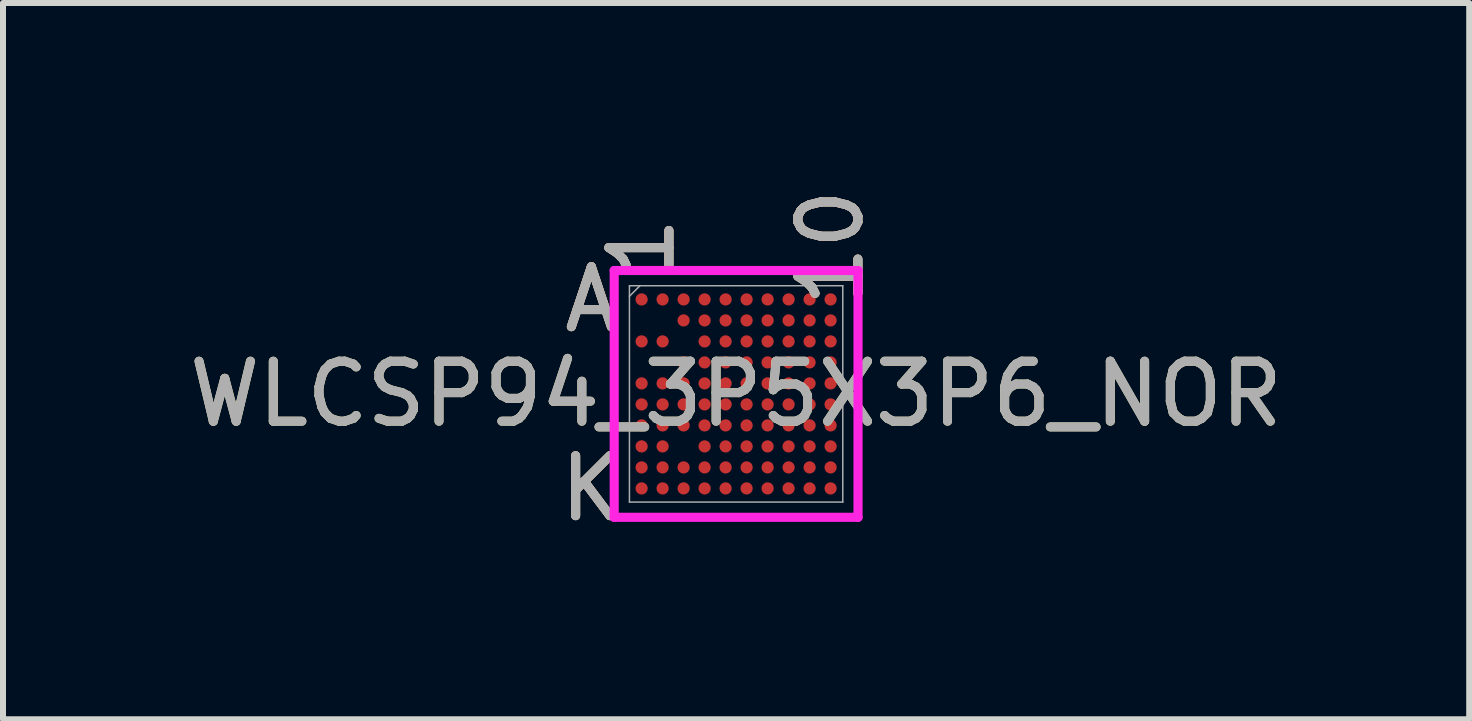
<source format=kicad_pcb>
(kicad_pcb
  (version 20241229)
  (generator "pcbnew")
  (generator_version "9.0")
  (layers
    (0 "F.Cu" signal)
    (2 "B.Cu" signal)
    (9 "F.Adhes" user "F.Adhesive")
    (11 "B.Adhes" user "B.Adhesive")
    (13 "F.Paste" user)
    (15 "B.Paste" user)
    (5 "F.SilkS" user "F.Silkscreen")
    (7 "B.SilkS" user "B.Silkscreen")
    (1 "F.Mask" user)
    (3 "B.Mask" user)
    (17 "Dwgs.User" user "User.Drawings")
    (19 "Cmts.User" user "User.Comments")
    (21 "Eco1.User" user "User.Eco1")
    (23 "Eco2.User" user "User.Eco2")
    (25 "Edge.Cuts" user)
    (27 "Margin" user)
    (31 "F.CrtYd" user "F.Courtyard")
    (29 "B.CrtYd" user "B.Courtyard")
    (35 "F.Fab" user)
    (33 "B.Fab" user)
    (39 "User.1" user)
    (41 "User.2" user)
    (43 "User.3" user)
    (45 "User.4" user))
  (footprint "WLCSP94_3P5X3P6_NOR"
    (layer "F.Cu")
    (at 9.22 3.516)
    (property "Reference" "WLCSP94_3P5X3P6_NOR" (at 0 0 0) (unlocked yes) (layer "F.SilkS") (effects (font (size 1 1) (thickness 0.15))))
    (attr smd)
    (fp_poly (pts (xy -2.195 -2.195) (xy 2.195 -2.195) (xy 2.195 2.195) (xy -2.195 2.195)) (stroke (width 0.1) (type solid)) (fill no) (layer "Eco2.User"))
    (fp_line (start -2.032 -2.057) (end 2.032 -2.057) (stroke (width 0.152) (type solid)) (layer "F.CrtYd"))
    (fp_line (start -2.032 2.057) (end -2.032 -2.057) (stroke (width 0.152) (type solid)) (layer "F.CrtYd"))
    (fp_line (start 2.032 -2.057) (end 2.032 2.057) (stroke (width 0.152) (type solid)) (layer "F.CrtYd"))
    (fp_line (start 2.032 2.057) (end -2.032 2.057) (stroke (width 0.152) (type solid)) (layer "F.CrtYd"))
    (fp_line (start -1.778 -1.803) (end -1.778 1.803) (stroke (width 0.025) (type solid)) (layer "F.Fab"))
    (fp_line (start -1.778 1.803) (end 1.778 1.803) (stroke (width 0.025) (type solid)) (layer "F.Fab"))
    (fp_line (start -1.603 -1.803) (end -1.778 -1.628) (stroke (width 0.025) (type solid)) (layer "F.Fab"))
    (fp_line (start 1.778 -1.803) (end -1.778 -1.803) (stroke (width 0.025) (type solid)) (layer "F.Fab"))
    (fp_line (start 1.778 1.803) (end 1.778 -1.803) (stroke (width 0.025) (type solid)) (layer "F.Fab"))
    (fp_text user "1" (at -1.575 -2.438 90) (unlocked yes) (layer "F.SilkS") (effects (font (size 1 1) (thickness 0.15))))
    (fp_text user "K" (at -2.413 1.575 0) (unlocked yes) (layer "F.SilkS") (effects (font (size 1 1) (thickness 0.15))))
    (fp_text user "A" (at -2.413 -1.575 0) (unlocked yes) (layer "F.SilkS") (effects (font (size 1 1) (thickness 0.15))))
    (fp_text user "10" (at 1.575 -2.438 90) (unlocked yes) (layer "F.SilkS") (effects (font (size 1 1) (thickness 0.15))))
    (fp_text user "K" (at -2.413 1.575 0) (unlocked yes) (layer "B.SilkS") (effects (font (size 1 1) (thickness 0.15))))
    (fp_text user "1" (at -1.575 -2.438 90) (unlocked yes) (layer "B.SilkS") (effects (font (size 1 1) (thickness 0.15))))
    (fp_text user "10" (at 1.575 -2.438 90) (unlocked yes) (layer "B.SilkS") (effects (font (size 1 1) (thickness 0.15))))
    (fp_text user "A" (at -2.413 -1.575 0) (unlocked yes) (layer "B.SilkS") (effects (font (size 1 1) (thickness 0.15))))
    (fp_text user "A" (at -2.413 -1.575 0) (unlocked yes) (layer "F.Fab") (effects (font (size 1 1) (thickness 0.15))))
    (fp_text user "1" (at -1.575 -2.438 90) (unlocked yes) (layer "F.Fab") (effects (font (size 1 1) (thickness 0.15))))
    (fp_text user "K" (at -2.413 1.575 0) (unlocked yes) (layer "F.Fab") (effects (font (size 1 1) (thickness 0.15))))
    (fp_text user "${REFERENCE}" (at 0 0 0) (unlocked yes) (layer "F.Fab") (effects (font (size 1 1) (thickness 0.15))))
    (fp_text user "10" (at 1.575 -2.438 90) (unlocked yes) (layer "F.Fab") (effects (font (size 1 1) (thickness 0.15))))
    (pad "A1" smd circle (at -1.575 -1.575) (size 0.203 0.203) (layers "F.Cu" "F.Mask" "F.Paste"))
    (pad "A2" smd circle (at -1.225 -1.575) (size 0.203 0.203) (layers "F.Cu" "F.Mask" "F.Paste"))
    (pad "A3" smd circle (at -0.875 -1.575) (size 0.203 0.203) (layers "F.Cu" "F.Mask" "F.Paste"))
    (pad "A4" smd circle (at -0.525 -1.575) (size 0.203 0.203) (layers "F.Cu" "F.Mask" "F.Paste"))
    (pad "A5" smd circle (at -0.175 -1.575) (size 0.203 0.203) (layers "F.Cu" "F.Mask" "F.Paste"))
    (pad "A6" smd circle (at 0.175 -1.575) (size 0.203 0.203) (layers "F.Cu" "F.Mask" "F.Paste"))
    (pad "A7" smd circle (at 0.525 -1.575) (size 0.203 0.203) (layers "F.Cu" "F.Mask" "F.Paste"))
    (pad "A8" smd circle (at 0.875 -1.575) (size 0.203 0.203) (layers "F.Cu" "F.Mask" "F.Paste"))
    (pad "A9" smd circle (at 1.225 -1.575) (size 0.203 0.203) (layers "F.Cu" "F.Mask" "F.Paste"))
    (pad "A10" smd circle (at 1.575 -1.575) (size 0.203 0.203) (layers "F.Cu" "F.Mask" "F.Paste"))
    (pad "B3" smd circle (at -0.875 -1.225) (size 0.203 0.203) (layers "F.Cu" "F.Mask" "F.Paste"))
    (pad "B4" smd circle (at -0.525 -1.225) (size 0.203 0.203) (layers "F.Cu" "F.Mask" "F.Paste"))
    (pad "B5" smd circle (at -0.175 -1.225) (size 0.203 0.203) (layers "F.Cu" "F.Mask" "F.Paste"))
    (pad "B6" smd circle (at 0.175 -1.225) (size 0.203 0.203) (layers "F.Cu" "F.Mask" "F.Paste"))
    (pad "B7" smd circle (at 0.525 -1.225) (size 0.203 0.203) (layers "F.Cu" "F.Mask" "F.Paste"))
    (pad "B8" smd circle (at 0.875 -1.225) (size 0.203 0.203) (layers "F.Cu" "F.Mask" "F.Paste"))
    (pad "B9" smd circle (at 1.225 -1.225) (size 0.203 0.203) (layers "F.Cu" "F.Mask" "F.Paste"))
    (pad "B10" smd circle (at 1.575 -1.225) (size 0.203 0.203) (layers "F.Cu" "F.Mask" "F.Paste"))
    (pad "C1" smd circle (at -1.575 -0.875) (size 0.203 0.203) (layers "F.Cu" "F.Mask" "F.Paste"))
    (pad "C2" smd circle (at -1.225 -0.875) (size 0.203 0.203) (layers "F.Cu" "F.Mask" "F.Paste"))
    (pad "C4" smd circle (at -0.525 -0.875) (size 0.203 0.203) (layers "F.Cu" "F.Mask" "F.Paste"))
    (pad "C5" smd circle (at -0.175 -0.875) (size 0.203 0.203) (layers "F.Cu" "F.Mask" "F.Paste"))
    (pad "C6" smd circle (at 0.175 -0.875) (size 0.203 0.203) (layers "F.Cu" "F.Mask" "F.Paste"))
    (pad "C7" smd circle (at 0.525 -0.875) (size 0.203 0.203) (layers "F.Cu" "F.Mask" "F.Paste"))
    (pad "C8" smd circle (at 0.875 -0.875) (size 0.203 0.203) (layers "F.Cu" "F.Mask" "F.Paste"))
    (pad "C9" smd circle (at 1.225 -0.875) (size 0.203 0.203) (layers "F.Cu" "F.Mask" "F.Paste"))
    (pad "C10" smd circle (at 1.575 -0.875) (size 0.203 0.203) (layers "F.Cu" "F.Mask" "F.Paste"))
    (pad "D3" smd circle (at -0.875 -0.525) (size 0.203 0.203) (layers "F.Cu" "F.Mask" "F.Paste"))
    (pad "D4" smd circle (at -0.525 -0.525) (size 0.203 0.203) (layers "F.Cu" "F.Mask" "F.Paste"))
    (pad "D5" smd circle (at -0.175 -0.525) (size 0.203 0.203) (layers "F.Cu" "F.Mask" "F.Paste"))
    (pad "D6" smd circle (at 0.175 -0.525) (size 0.203 0.203) (layers "F.Cu" "F.Mask" "F.Paste"))
    (pad "D7" smd circle (at 0.525 -0.525) (size 0.203 0.203) (layers "F.Cu" "F.Mask" "F.Paste"))
    (pad "D8" smd circle (at 0.875 -0.525) (size 0.203 0.203) (layers "F.Cu" "F.Mask" "F.Paste"))
    (pad "D9" smd circle (at 1.225 -0.525) (size 0.203 0.203) (layers "F.Cu" "F.Mask" "F.Paste"))
    (pad "D10" smd circle (at 1.575 -0.525) (size 0.203 0.203) (layers "F.Cu" "F.Mask" "F.Paste"))
    (pad "E1" smd circle (at -1.575 -0.175) (size 0.203 0.203) (layers "F.Cu" "F.Mask" "F.Paste"))
    (pad "E2" smd circle (at -1.225 -0.175) (size 0.203 0.203) (layers "F.Cu" "F.Mask" "F.Paste"))
    (pad "E3" smd circle (at -0.875 -0.175) (size 0.203 0.203) (layers "F.Cu" "F.Mask" "F.Paste"))
    (pad "E4" smd circle (at -0.525 -0.175) (size 0.203 0.203) (layers "F.Cu" "F.Mask" "F.Paste"))
    (pad "E5" smd circle (at -0.175 -0.175) (size 0.203 0.203) (layers "F.Cu" "F.Mask" "F.Paste"))
    (pad "E6" smd circle (at 0.175 -0.175) (size 0.203 0.203) (layers "F.Cu" "F.Mask" "F.Paste"))
    (pad "E7" smd circle (at 0.525 -0.175) (size 0.203 0.203) (layers "F.Cu" "F.Mask" "F.Paste"))
    (pad "E8" smd circle (at 0.875 -0.175) (size 0.203 0.203) (layers "F.Cu" "F.Mask" "F.Paste"))
    (pad "E9" smd circle (at 1.225 -0.175) (size 0.203 0.203) (layers "F.Cu" "F.Mask" "F.Paste"))
    (pad "E10" smd circle (at 1.575 -0.175) (size 0.203 0.203) (layers "F.Cu" "F.Mask" "F.Paste"))
    (pad "F1" smd circle (at -1.575 0.175) (size 0.203 0.203) (layers "F.Cu" "F.Mask" "F.Paste"))
    (pad "F2" smd circle (at -1.225 0.175) (size 0.203 0.203) (layers "F.Cu" "F.Mask" "F.Paste"))
    (pad "F3" smd circle (at -0.875 0.175) (size 0.203 0.203) (layers "F.Cu" "F.Mask" "F.Paste"))
    (pad "F4" smd circle (at -0.525 0.175) (size 0.203 0.203) (layers "F.Cu" "F.Mask" "F.Paste"))
    (pad "F5" smd circle (at -0.175 0.175) (size 0.203 0.203) (layers "F.Cu" "F.Mask" "F.Paste"))
    (pad "F6" smd circle (at 0.175 0.175) (size 0.203 0.203) (layers "F.Cu" "F.Mask" "F.Paste"))
    (pad "F7" smd circle (at 0.525 0.175) (size 0.203 0.203) (layers "F.Cu" "F.Mask" "F.Paste"))
    (pad "F8" smd circle (at 0.875 0.175) (size 0.203 0.203) (layers "F.Cu" "F.Mask" "F.Paste"))
    (pad "F9" smd circle (at 1.225 0.175) (size 0.203 0.203) (layers "F.Cu" "F.Mask" "F.Paste"))
    (pad "F10" smd circle (at 1.575 0.175) (size 0.203 0.203) (layers "F.Cu" "F.Mask" "F.Paste"))
    (pad "G1" smd circle (at -1.575 0.525) (size 0.203 0.203) (layers "F.Cu" "F.Mask" "F.Paste"))
    (pad "G2" smd circle (at -1.225 0.525) (size 0.203 0.203) (layers "F.Cu" "F.Mask" "F.Paste"))
    (pad "G3" smd circle (at -0.875 0.525) (size 0.203 0.203) (layers "F.Cu" "F.Mask" "F.Paste"))
    (pad "G4" smd circle (at -0.525 0.525) (size 0.203 0.203) (layers "F.Cu" "F.Mask" "F.Paste"))
    (pad "G5" smd circle (at -0.175 0.525) (size 0.203 0.203) (layers "F.Cu" "F.Mask" "F.Paste"))
    (pad "G6" smd circle (at 0.175 0.525) (size 0.203 0.203) (layers "F.Cu" "F.Mask" "F.Paste"))
    (pad "G7" smd circle (at 0.525 0.525) (size 0.203 0.203) (layers "F.Cu" "F.Mask" "F.Paste"))
    (pad "G8" smd circle (at 0.875 0.525) (size 0.203 0.203) (layers "F.Cu" "F.Mask" "F.Paste"))
    (pad "G9" smd circle (at 1.225 0.525) (size 0.203 0.203) (layers "F.Cu" "F.Mask" "F.Paste"))
    (pad "G10" smd circle (at 1.575 0.525) (size 0.203 0.203) (layers "F.Cu" "F.Mask" "F.Paste"))
    (pad "H1" smd circle (at -1.575 0.875) (size 0.203 0.203) (layers "F.Cu" "F.Mask" "F.Paste"))
    (pad "H2" smd circle (at -1.225 0.875) (size 0.203 0.203) (layers "F.Cu" "F.Mask" "F.Paste"))
    (pad "H4" smd circle (at -0.525 0.875) (size 0.203 0.203) (layers "F.Cu" "F.Mask" "F.Paste"))
    (pad "H5" smd circle (at -0.175 0.875) (size 0.203 0.203) (layers "F.Cu" "F.Mask" "F.Paste"))
    (pad "H6" smd circle (at 0.175 0.875) (size 0.203 0.203) (layers "F.Cu" "F.Mask" "F.Paste"))
    (pad "H7" smd circle (at 0.525 0.875) (size 0.203 0.203) (layers "F.Cu" "F.Mask" "F.Paste"))
    (pad "H8" smd circle (at 0.875 0.875) (size 0.203 0.203) (layers "F.Cu" "F.Mask" "F.Paste"))
    (pad "H9" smd circle (at 1.225 0.875) (size 0.203 0.203) (layers "F.Cu" "F.Mask" "F.Paste"))
    (pad "H10" smd circle (at 1.575 0.875) (size 0.203 0.203) (layers "F.Cu" "F.Mask" "F.Paste"))
    (pad "J1" smd circle (at -1.575 1.225) (size 0.203 0.203) (layers "F.Cu" "F.Mask" "F.Paste"))
    (pad "J2" smd circle (at -1.225 1.225) (size 0.203 0.203) (layers "F.Cu" "F.Mask" "F.Paste"))
    (pad "J3" smd circle (at -0.875 1.225) (size 0.203 0.203) (layers "F.Cu" "F.Mask" "F.Paste"))
    (pad "J4" smd circle (at -0.525 1.225) (size 0.203 0.203) (layers "F.Cu" "F.Mask" "F.Paste"))
    (pad "J5" smd circle (at -0.175 1.225) (size 0.203 0.203) (layers "F.Cu" "F.Mask" "F.Paste"))
    (pad "J6" smd circle (at 0.175 1.225) (size 0.203 0.203) (layers "F.Cu" "F.Mask" "F.Paste"))
    (pad "J7" smd circle (at 0.525 1.225) (size 0.203 0.203) (layers "F.Cu" "F.Mask" "F.Paste"))
    (pad "J8" smd circle (at 0.875 1.225) (size 0.203 0.203) (layers "F.Cu" "F.Mask" "F.Paste"))
    (pad "J9" smd circle (at 1.225 1.225) (size 0.203 0.203) (layers "F.Cu" "F.Mask" "F.Paste"))
    (pad "J10" smd circle (at 1.575 1.225) (size 0.203 0.203) (layers "F.Cu" "F.Mask" "F.Paste"))
    (pad "K1" smd circle (at -1.575 1.575) (size 0.203 0.203) (layers "F.Cu" "F.Mask" "F.Paste"))
    (pad "K2" smd circle (at -1.225 1.575) (size 0.203 0.203) (layers "F.Cu" "F.Mask" "F.Paste"))
    (pad "K3" smd circle (at -0.875 1.575) (size 0.203 0.203) (layers "F.Cu" "F.Mask" "F.Paste"))
    (pad "K4" smd circle (at -0.525 1.575) (size 0.203 0.203) (layers "F.Cu" "F.Mask" "F.Paste"))
    (pad "K5" smd circle (at -0.175 1.575) (size 0.203 0.203) (layers "F.Cu" "F.Mask" "F.Paste"))
    (pad "K6" smd circle (at 0.175 1.575) (size 0.203 0.203) (layers "F.Cu" "F.Mask" "F.Paste"))
    (pad "K7" smd circle (at 0.525 1.575) (size 0.203 0.203) (layers "F.Cu" "F.Mask" "F.Paste"))
    (pad "K8" smd circle (at 0.875 1.575) (size 0.203 0.203) (layers "F.Cu" "F.Mask" "F.Paste"))
    (pad "K9" smd circle (at 1.225 1.575) (size 0.203 0.203) (layers "F.Cu" "F.Mask" "F.Paste"))
    (pad "K10" smd circle (at 1.575 1.575) (size 0.203 0.203) (layers "F.Cu" "F.Mask" "F.Paste")))
  (gr_rect
    (start -3 -3)
    (end 21.44 8.939)
    (stroke (width 0.1) (type default))
    (fill no)
    (layer "Edge.Cuts")))
</source>
